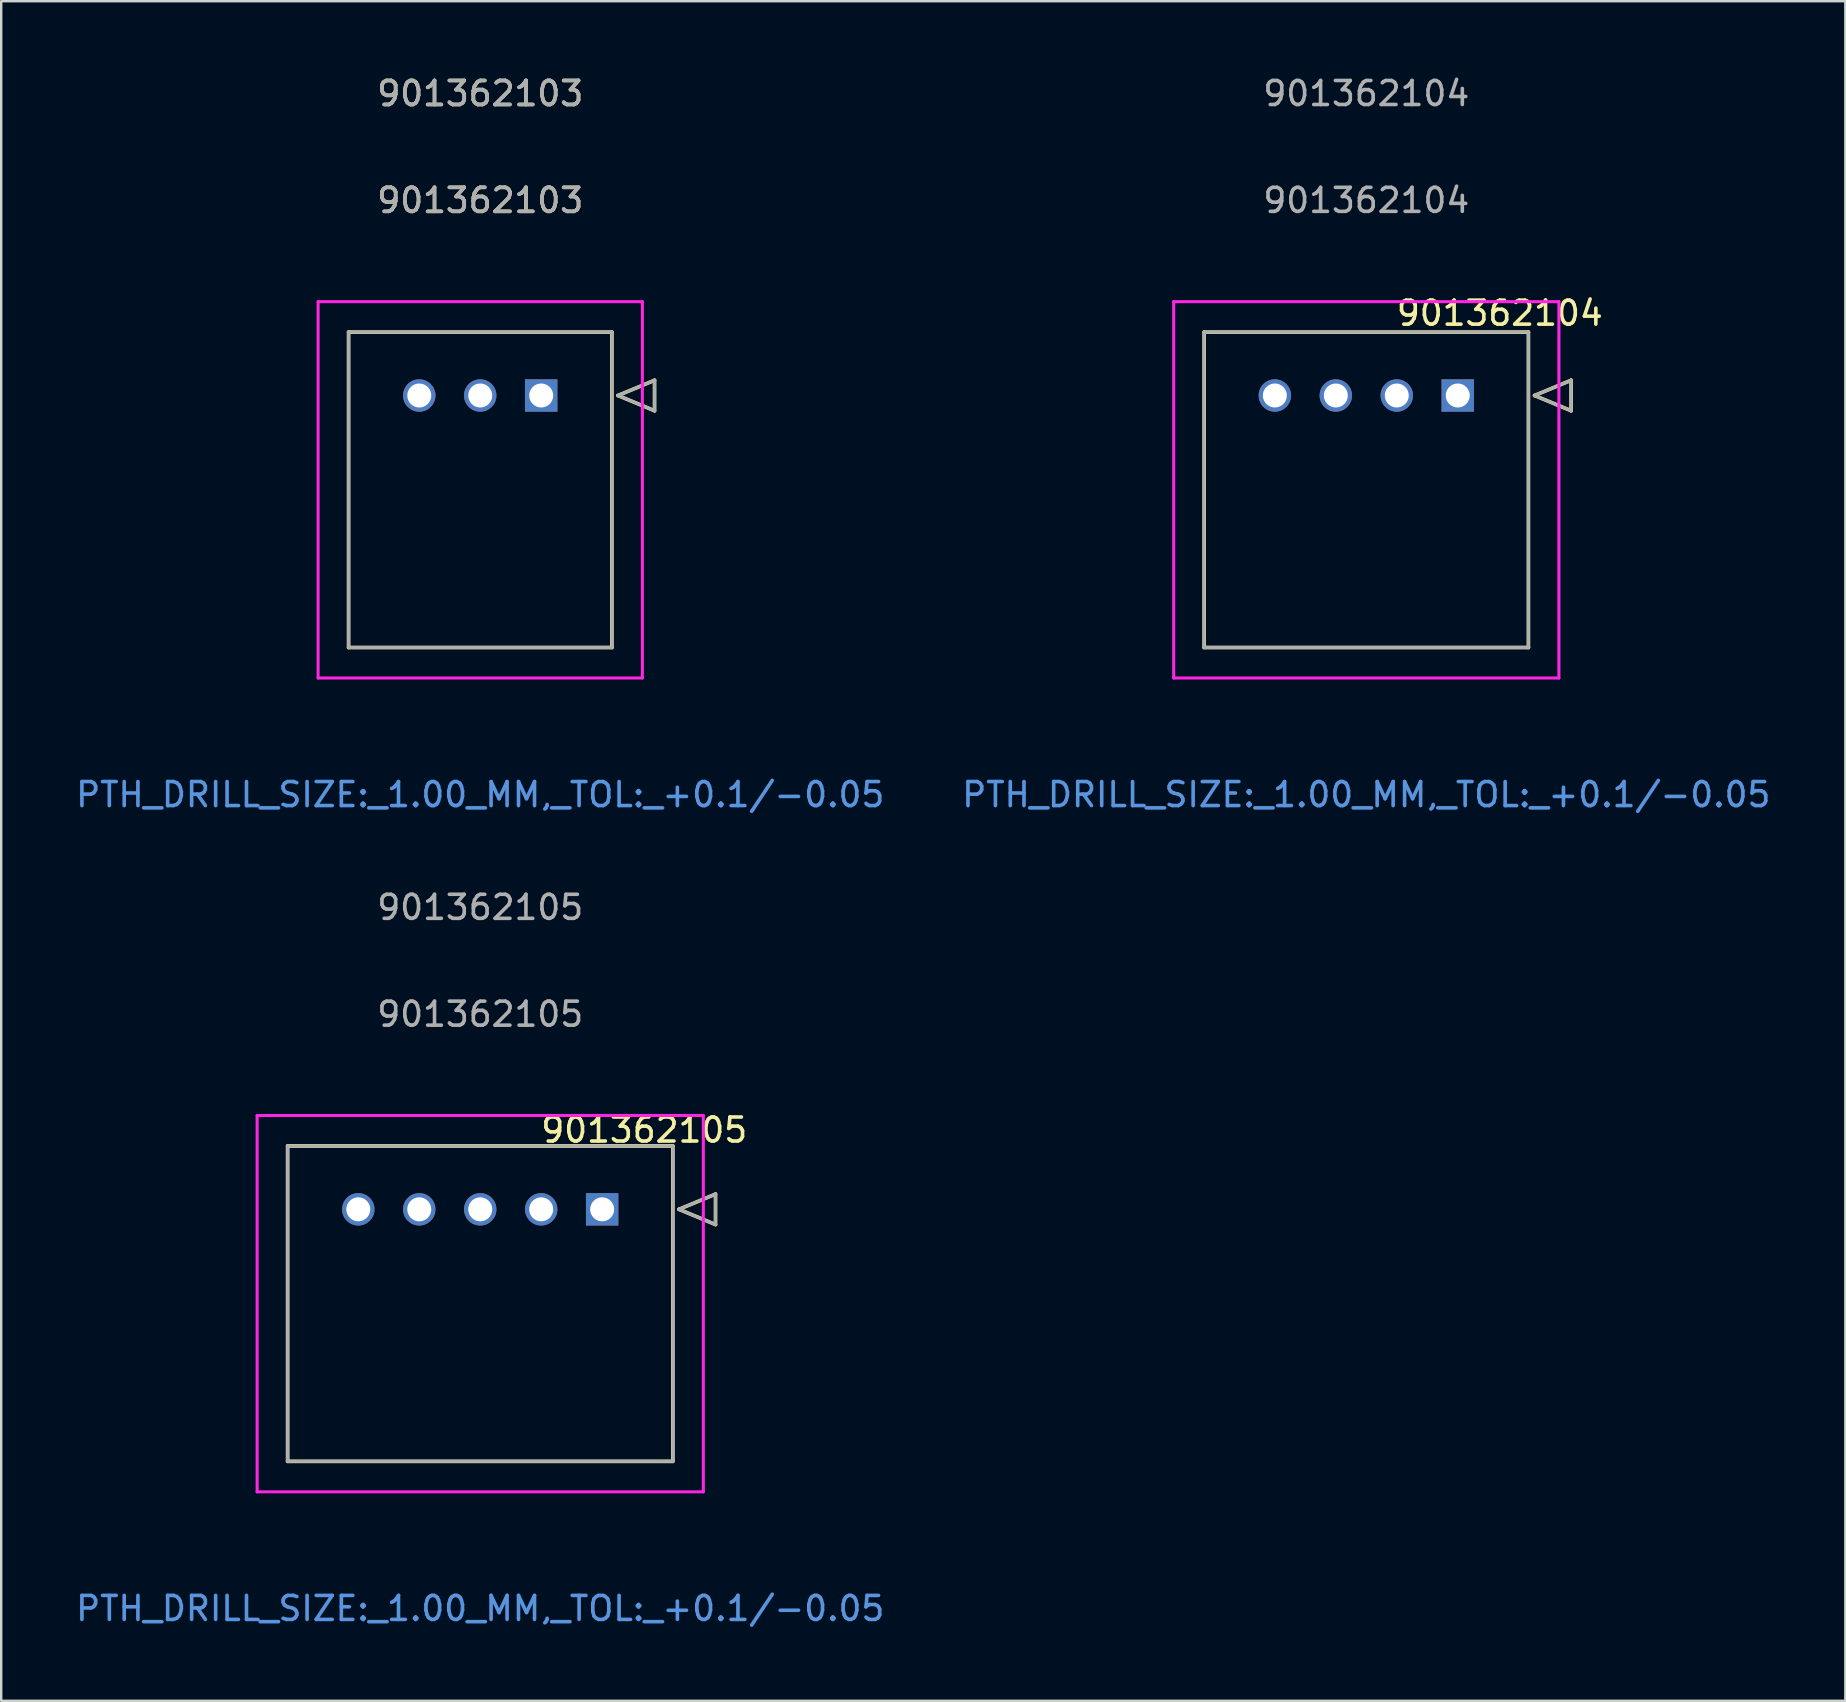
<source format=kicad_pcb>
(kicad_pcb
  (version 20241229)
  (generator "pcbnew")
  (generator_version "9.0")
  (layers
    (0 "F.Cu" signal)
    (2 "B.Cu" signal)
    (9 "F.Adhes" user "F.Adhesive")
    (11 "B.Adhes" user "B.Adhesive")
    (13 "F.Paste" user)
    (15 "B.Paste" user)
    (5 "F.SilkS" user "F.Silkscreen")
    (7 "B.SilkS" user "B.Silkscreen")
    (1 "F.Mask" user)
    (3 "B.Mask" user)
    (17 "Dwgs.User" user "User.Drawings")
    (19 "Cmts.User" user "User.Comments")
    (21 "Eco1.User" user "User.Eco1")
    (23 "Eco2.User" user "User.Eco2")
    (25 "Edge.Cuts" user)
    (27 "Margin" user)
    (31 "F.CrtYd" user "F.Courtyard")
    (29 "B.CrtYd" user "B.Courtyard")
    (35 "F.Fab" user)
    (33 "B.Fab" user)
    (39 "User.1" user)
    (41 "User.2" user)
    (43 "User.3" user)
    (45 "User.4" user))
  (footprint "901362105"
    (layer "F.Cu")
    (at 22.038 47.335)
    (property "Reference" "901362105" (at 1.753 -3.302 0) (unlocked yes) (layer "F.SilkS") (effects (font (size 1 1) (thickness 0.15))))
    (attr through_hole)
    (fp_line (start -13.105 -2.64) (end -13.105 10.5) (stroke (width 0.152) (type solid)) (layer "F.SilkS"))
    (fp_line (start -13.105 10.5) (end 2.945 10.5) (stroke (width 0.152) (type solid)) (layer "F.SilkS"))
    (fp_line (start 2.945 -2.64) (end -13.105 -2.64) (stroke (width 0.152) (type solid)) (layer "F.SilkS"))
    (fp_line (start 2.945 10.5) (end 2.945 -2.64) (stroke (width 0.152) (type solid)) (layer "F.SilkS"))
    (fp_line (start 3.199 0) (end 4.723 -0.635) (stroke (width 0.152) (type solid)) (layer "F.SilkS"))
    (fp_line (start 4.723 -0.635) (end 4.723 0.635) (stroke (width 0.152) (type solid)) (layer "F.SilkS"))
    (fp_line (start 4.723 0.635) (end 3.199 0) (stroke (width 0.152) (type solid)) (layer "F.SilkS"))
    (fp_line (start -14.375 -3.91) (end -14.375 11.77) (stroke (width 0.127) (type solid)) (layer "F.CrtYd"))
    (fp_line (start -14.375 11.77) (end 4.215 11.77) (stroke (width 0.127) (type solid)) (layer "F.CrtYd"))
    (fp_line (start 4.215 -3.91) (end -14.375 -3.91) (stroke (width 0.127) (type solid)) (layer "F.CrtYd"))
    (fp_line (start 4.215 11.77) (end 4.215 -3.91) (stroke (width 0.127) (type solid)) (layer "F.CrtYd"))
    (fp_line (start -13.105 -2.64) (end -13.105 10.5) (stroke (width 0.127) (type solid)) (layer "F.Fab"))
    (fp_line (start -13.105 10.5) (end 2.945 10.5) (stroke (width 0.127) (type solid)) (layer "F.Fab"))
    (fp_line (start 2.945 -2.64) (end -13.105 -2.64) (stroke (width 0.127) (type solid)) (layer "F.Fab"))
    (fp_line (start 2.945 10.5) (end 2.945 -2.64) (stroke (width 0.127) (type solid)) (layer "F.Fab"))
    (fp_line (start 3.199 0) (end 4.723 -0.635) (stroke (width 0.127) (type solid)) (layer "F.Fab"))
    (fp_line (start 4.723 -0.635) (end 4.723 0.635) (stroke (width 0.127) (type solid)) (layer "F.Fab"))
    (fp_line (start 4.723 0.635) (end 3.199 0) (stroke (width 0.127) (type solid)) (layer "F.Fab"))
    (fp_text user "PTH_DRILL_SIZE:_1.00_MM,_TOL:_+0.1/-0.05" (at -5.08 16.63 0) (unlocked yes) (layer "Cmts.User") (effects (font (size 1 1) (thickness 0.15))))
    (fp_text user "901362105" (at -5.08 -12.58 0) (unlocked yes) (layer "F.Fab") (effects (font (size 1 1) (thickness 0.15))))
    (fp_text user "${REFERENCE}" (at -5.08 -8.128 0) (unlocked yes) (layer "F.Fab") (effects (font (size 1 1) (thickness 0.15))))
    (pad "1" thru_hole rect (at 0 0) (size 1.35 1.35) (drill 1) (layers "*.Cu" "*.Mask"))
    (pad "2" thru_hole circle (at -2.54 0) (size 1.35 1.35) (drill 1) (layers "*.Cu" "*.Mask"))
    (pad "3" thru_hole circle (at -5.08 0) (size 1.35 1.35) (drill 1) (layers "*.Cu" "*.Mask"))
    (pad "4" thru_hole circle (at -7.62 0) (size 1.35 1.35) (drill 1) (layers "*.Cu" "*.Mask"))
    (pad "5" thru_hole circle (at -10.16 0) (size 1.35 1.35) (drill 1) (layers "*.Cu" "*.Mask")))
  (footprint "901362104"
    (layer "F.Cu")
    (at 57.685 13.428)
    (property "Reference" "901362104" (at 1.753 -3.429 0) (unlocked yes) (layer "F.SilkS") (effects (font (size 1 1) (thickness 0.15))))
    (attr through_hole)
    (fp_line (start -10.565 -2.64) (end -10.565 10.5) (stroke (width 0.152) (type solid)) (layer "F.SilkS"))
    (fp_line (start -10.565 10.5) (end 2.945 10.5) (stroke (width 0.152) (type solid)) (layer "F.SilkS"))
    (fp_line (start 2.945 -2.64) (end -10.565 -2.64) (stroke (width 0.152) (type solid)) (layer "F.SilkS"))
    (fp_line (start 2.945 10.5) (end 2.945 -2.64) (stroke (width 0.152) (type solid)) (layer "F.SilkS"))
    (fp_line (start 3.199 0) (end 4.723 -0.635) (stroke (width 0.152) (type solid)) (layer "F.SilkS"))
    (fp_line (start 4.723 -0.635) (end 4.723 0.635) (stroke (width 0.152) (type solid)) (layer "F.SilkS"))
    (fp_line (start 4.723 0.635) (end 3.199 0) (stroke (width 0.152) (type solid)) (layer "F.SilkS"))
    (fp_line (start -11.835 -3.91) (end -11.835 11.77) (stroke (width 0.127) (type solid)) (layer "F.CrtYd"))
    (fp_line (start -11.835 11.77) (end 4.215 11.77) (stroke (width 0.127) (type solid)) (layer "F.CrtYd"))
    (fp_line (start 4.215 -3.91) (end -11.835 -3.91) (stroke (width 0.127) (type solid)) (layer "F.CrtYd"))
    (fp_line (start 4.215 11.77) (end 4.215 -3.91) (stroke (width 0.127) (type solid)) (layer "F.CrtYd"))
    (fp_line (start -10.565 -2.64) (end -10.565 10.5) (stroke (width 0.127) (type solid)) (layer "F.Fab"))
    (fp_line (start -10.565 10.5) (end 2.945 10.5) (stroke (width 0.127) (type solid)) (layer "F.Fab"))
    (fp_line (start 2.945 -2.64) (end -10.565 -2.64) (stroke (width 0.127) (type solid)) (layer "F.Fab"))
    (fp_line (start 2.945 10.5) (end 2.945 -2.64) (stroke (width 0.127) (type solid)) (layer "F.Fab"))
    (fp_line (start 3.199 0) (end 4.723 -0.635) (stroke (width 0.127) (type solid)) (layer "F.Fab"))
    (fp_line (start 4.723 -0.635) (end 4.723 0.635) (stroke (width 0.127) (type solid)) (layer "F.Fab"))
    (fp_line (start 4.723 0.635) (end 3.199 0) (stroke (width 0.127) (type solid)) (layer "F.Fab"))
    (fp_text user "PTH_DRILL_SIZE:_1.00_MM,_TOL:_+0.1/-0.05" (at -3.81 16.63 0) (unlocked yes) (layer "Cmts.User") (effects (font (size 1 1) (thickness 0.15))))
    (fp_text user "${REFERENCE}" (at -3.81 -8.128 0) (unlocked yes) (layer "F.Fab") (effects (font (size 1 1) (thickness 0.15))))
    (fp_text user "901362104" (at -3.81 -12.58 0) (unlocked yes) (layer "F.Fab") (effects (font (size 1 1) (thickness 0.15))))
    (pad "1" thru_hole rect (at 0 0) (size 1.35 1.35) (drill 1) (layers "*.Cu" "*.Mask"))
    (pad "2" thru_hole circle (at -2.54 0) (size 1.35 1.35) (drill 1) (layers "*.Cu" "*.Mask"))
    (pad "3" thru_hole circle (at -5.08 0) (size 1.35 1.35) (drill 1) (layers "*.Cu" "*.Mask"))
    (pad "4" thru_hole circle (at -7.62 0) (size 1.35 1.35) (drill 1) (layers "*.Cu" "*.Mask")))
  (footprint "901362103"
    (layer "F.Cu")
    (at 19.498 13.428)
    (property "Reference" "901362103" (at -2.54 -8.128 0) (unlocked yes) (layer "F.SilkS") (effects (font (size 1 1) (thickness 0.15))))
    (attr through_hole)
    (fp_line (start -8.025 -2.64) (end -8.025 10.5) (stroke (width 0.152) (type solid)) (layer "F.SilkS"))
    (fp_line (start -8.025 10.5) (end 2.945 10.5) (stroke (width 0.152) (type solid)) (layer "F.SilkS"))
    (fp_line (start 2.945 -2.64) (end -8.025 -2.64) (stroke (width 0.152) (type solid)) (layer "F.SilkS"))
    (fp_line (start 2.945 10.5) (end 2.945 -2.64) (stroke (width 0.152) (type solid)) (layer "F.SilkS"))
    (fp_line (start 3.199 0) (end 4.723 -0.635) (stroke (width 0.152) (type solid)) (layer "F.SilkS"))
    (fp_line (start 4.723 -0.635) (end 4.723 0.635) (stroke (width 0.152) (type solid)) (layer "F.SilkS"))
    (fp_line (start 4.723 0.635) (end 3.199 0) (stroke (width 0.152) (type solid)) (layer "F.SilkS"))
    (fp_line (start -9.295 -3.91) (end -9.295 11.77) (stroke (width 0.127) (type solid)) (layer "F.CrtYd"))
    (fp_line (start -9.295 11.77) (end 4.215 11.77) (stroke (width 0.127) (type solid)) (layer "F.CrtYd"))
    (fp_line (start 4.215 -3.91) (end -9.295 -3.91) (stroke (width 0.127) (type solid)) (layer "F.CrtYd"))
    (fp_line (start 4.215 11.77) (end 4.215 -3.91) (stroke (width 0.127) (type solid)) (layer "F.CrtYd"))
    (fp_line (start -8.025 -2.64) (end -8.025 10.5) (stroke (width 0.127) (type solid)) (layer "F.Fab"))
    (fp_line (start -8.025 10.5) (end 2.945 10.5) (stroke (width 0.127) (type solid)) (layer "F.Fab"))
    (fp_line (start 2.945 -2.64) (end -8.025 -2.64) (stroke (width 0.127) (type solid)) (layer "F.Fab"))
    (fp_line (start 2.945 10.5) (end 2.945 -2.64) (stroke (width 0.127) (type solid)) (layer "F.Fab"))
    (fp_line (start 3.199 0) (end 4.723 -0.635) (stroke (width 0.127) (type solid)) (layer "F.Fab"))
    (fp_line (start 4.723 -0.635) (end 4.723 0.635) (stroke (width 0.127) (type solid)) (layer "F.Fab"))
    (fp_line (start 4.723 0.635) (end 3.199 0) (stroke (width 0.127) (type solid)) (layer "F.Fab"))
    (fp_text user "901362103" (at -2.54 -12.58 0) (unlocked yes) (layer "F.SilkS") (effects (font (size 1 1) (thickness 0.15))))
    (fp_text user "PTH_DRILL_SIZE:_1.00_MM,_TOL:_+0.1/-0.05" (at -2.54 16.63 0) (unlocked yes) (layer "Cmts.User") (effects (font (size 1 1) (thickness 0.15))))
    (fp_text user "901362103" (at -2.54 -12.58 0) (unlocked yes) (layer "F.Fab") (effects (font (size 1 1) (thickness 0.15))))
    (fp_text user "${REFERENCE}" (at -2.54 -8.128 0) (unlocked yes) (layer "F.Fab") (effects (font (size 1 1) (thickness 0.15))))
    (pad "1" thru_hole rect (at 0 0) (size 1.35 1.35) (drill 1) (layers "*.Cu" "*.Mask"))
    (pad "2" thru_hole circle (at -2.54 0) (size 1.35 1.35) (drill 1) (layers "*.Cu" "*.Mask"))
    (pad "3" thru_hole circle (at -5.08 0) (size 1.35 1.35) (drill 1) (layers "*.Cu" "*.Mask")))
  (gr_rect
    (start -3 -3)
    (end 73.833 67.813)
    (stroke (width 0.1) (type default))
    (fill no)
    (layer "Edge.Cuts")))
</source>
